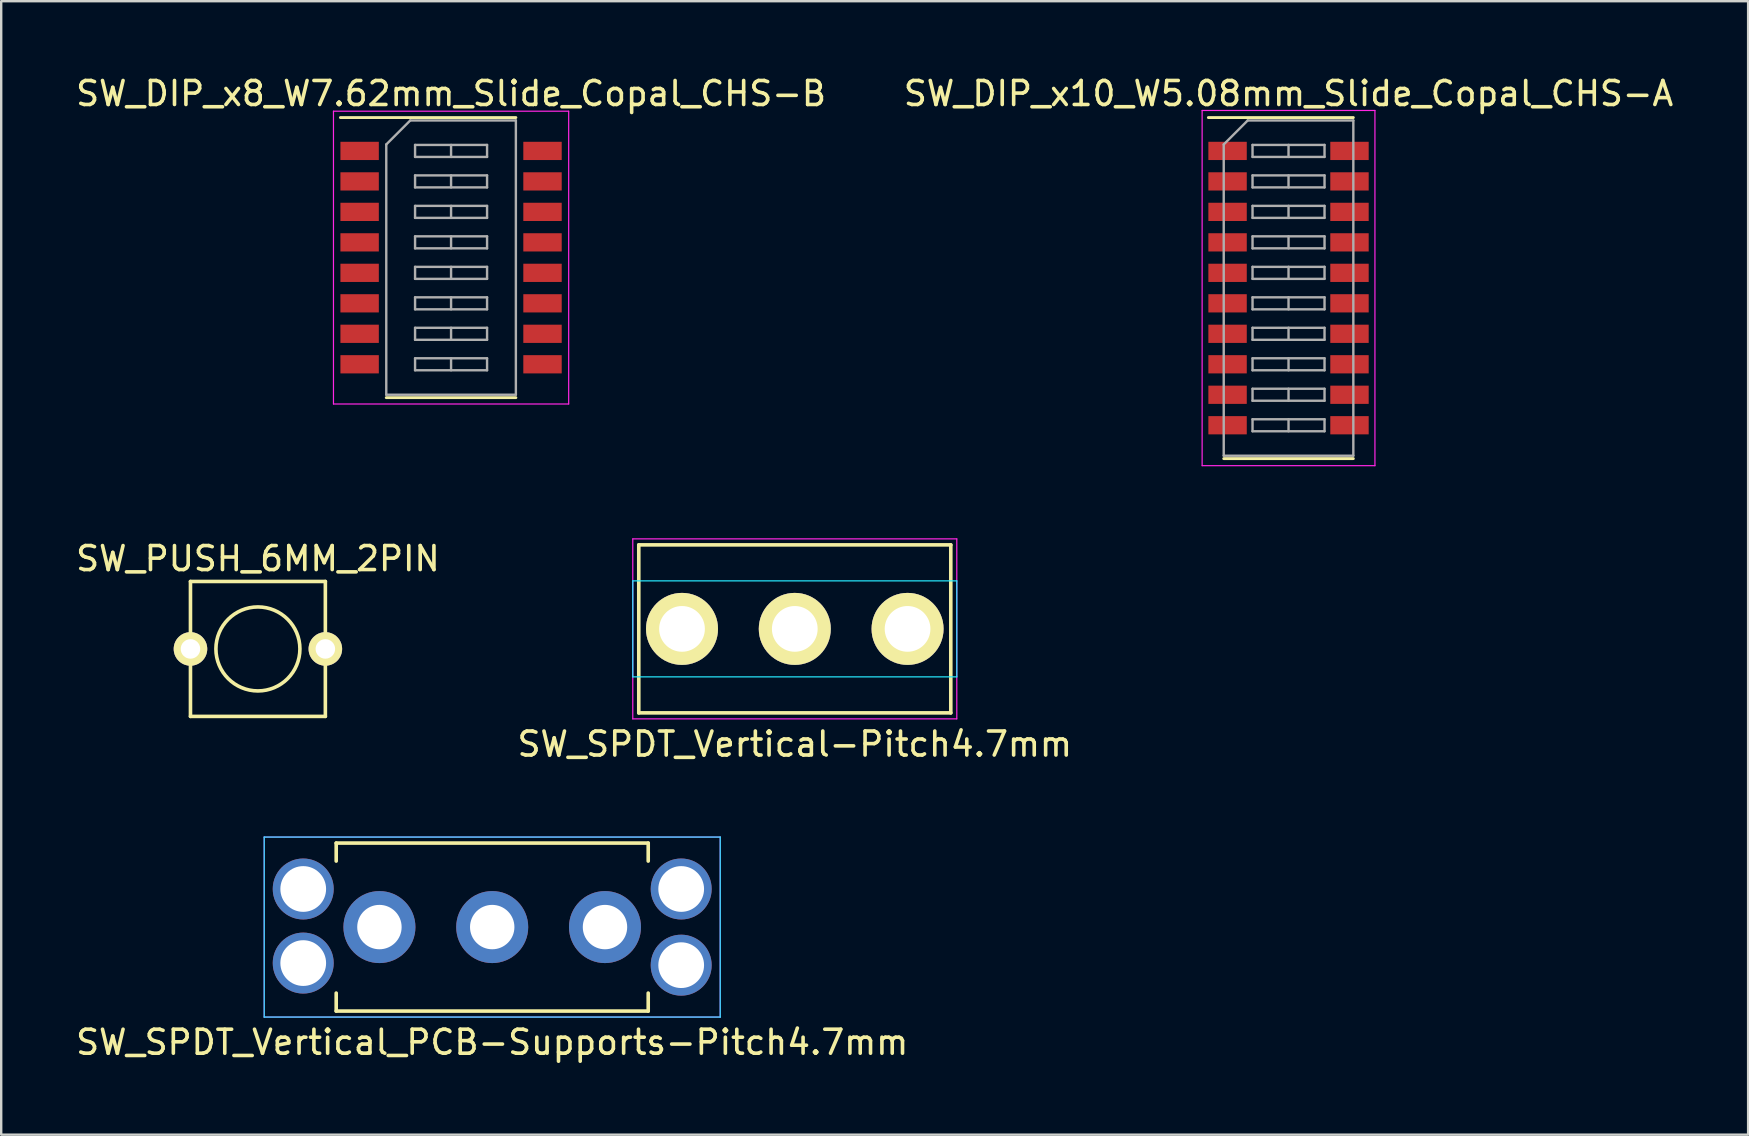
<source format=kicad_pcb>
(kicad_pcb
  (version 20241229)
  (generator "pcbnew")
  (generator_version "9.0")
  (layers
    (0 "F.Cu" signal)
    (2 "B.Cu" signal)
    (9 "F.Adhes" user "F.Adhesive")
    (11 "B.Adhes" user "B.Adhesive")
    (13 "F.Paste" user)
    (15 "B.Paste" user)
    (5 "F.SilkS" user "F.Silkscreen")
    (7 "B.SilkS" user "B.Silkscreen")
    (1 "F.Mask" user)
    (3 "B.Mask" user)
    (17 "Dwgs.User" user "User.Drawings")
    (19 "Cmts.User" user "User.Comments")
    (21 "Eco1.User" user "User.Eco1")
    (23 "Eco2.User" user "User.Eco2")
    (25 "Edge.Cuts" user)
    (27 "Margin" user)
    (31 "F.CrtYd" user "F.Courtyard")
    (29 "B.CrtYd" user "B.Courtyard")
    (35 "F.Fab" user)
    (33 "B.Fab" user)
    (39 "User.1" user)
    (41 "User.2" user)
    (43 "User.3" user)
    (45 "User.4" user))
  (footprint "SW_DIP_x10_W5.08mm_Slide_Copal_CHS-A"
    (layer "F.Cu")
    (at 50.637 8.953)
    (property "Reference" "SW_DIP_x10_W5.08mm_Slide_Copal_CHS-A" (at 0 -8.105 0) (layer "F.SilkS") (effects (font (size 1 1) (thickness 0.15))))
    (attr smd)
    (fp_line (start -3.34 -7.105) (end 2.7 -7.105) (stroke (width 0.12) (type solid)) (layer "F.SilkS"))
    (fp_line (start -2.7 7.105) (end 2.7 7.105) (stroke (width 0.12) (type solid)) (layer "F.SilkS"))
    (fp_line (start -3.6 -7.4) (end -3.6 7.4) (stroke (width 0.05) (type solid)) (layer "F.CrtYd"))
    (fp_line (start -3.6 7.4) (end 3.6 7.4) (stroke (width 0.05) (type solid)) (layer "F.CrtYd"))
    (fp_line (start 3.6 -7.4) (end -3.6 -7.4) (stroke (width 0.05) (type solid)) (layer "F.CrtYd"))
    (fp_line (start 3.6 7.4) (end 3.6 -7.4) (stroke (width 0.05) (type solid)) (layer "F.CrtYd"))
    (fp_line (start -2.7 -5.985) (end -1.7 -6.985) (stroke (width 0.1) (type solid)) (layer "F.Fab"))
    (fp_line (start -2.7 6.985) (end -2.7 -5.985) (stroke (width 0.1) (type solid)) (layer "F.Fab"))
    (fp_line (start -1.7 -6.985) (end 2.7 -6.985) (stroke (width 0.1) (type solid)) (layer "F.Fab"))
    (fp_line (start -1.5 -5.965) (end -1.5 -5.465) (stroke (width 0.1) (type solid)) (layer "F.Fab"))
    (fp_line (start -1.5 -5.465) (end 1.5 -5.465) (stroke (width 0.1) (type solid)) (layer "F.Fab"))
    (fp_line (start -1.5 -4.695) (end -1.5 -4.195) (stroke (width 0.1) (type solid)) (layer "F.Fab"))
    (fp_line (start -1.5 -4.195) (end 1.5 -4.195) (stroke (width 0.1) (type solid)) (layer "F.Fab"))
    (fp_line (start -1.5 -3.425) (end -1.5 -2.925) (stroke (width 0.1) (type solid)) (layer "F.Fab"))
    (fp_line (start -1.5 -2.925) (end 1.5 -2.925) (stroke (width 0.1) (type solid)) (layer "F.Fab"))
    (fp_line (start -1.5 -2.155) (end -1.5 -1.655) (stroke (width 0.1) (type solid)) (layer "F.Fab"))
    (fp_line (start -1.5 -1.655) (end 1.5 -1.655) (stroke (width 0.1) (type solid)) (layer "F.Fab"))
    (fp_line (start -1.5 -0.885) (end -1.5 -0.385) (stroke (width 0.1) (type solid)) (layer "F.Fab"))
    (fp_line (start -1.5 -0.385) (end 1.5 -0.385) (stroke (width 0.1) (type solid)) (layer "F.Fab"))
    (fp_line (start -1.5 0.385) (end -1.5 0.885) (stroke (width 0.1) (type solid)) (layer "F.Fab"))
    (fp_line (start -1.5 0.885) (end 1.5 0.885) (stroke (width 0.1) (type solid)) (layer "F.Fab"))
    (fp_line (start -1.5 1.655) (end -1.5 2.155) (stroke (width 0.1) (type solid)) (layer "F.Fab"))
    (fp_line (start -1.5 2.155) (end 1.5 2.155) (stroke (width 0.1) (type solid)) (layer "F.Fab"))
    (fp_line (start -1.5 2.925) (end -1.5 3.425) (stroke (width 0.1) (type solid)) (layer "F.Fab"))
    (fp_line (start -1.5 3.425) (end 1.5 3.425) (stroke (width 0.1) (type solid)) (layer "F.Fab"))
    (fp_line (start -1.5 4.195) (end -1.5 4.695) (stroke (width 0.1) (type solid)) (layer "F.Fab"))
    (fp_line (start -1.5 4.695) (end 1.5 4.695) (stroke (width 0.1) (type solid)) (layer "F.Fab"))
    (fp_line (start -1.5 5.465) (end -1.5 5.965) (stroke (width 0.1) (type solid)) (layer "F.Fab"))
    (fp_line (start -1.5 5.965) (end 1.5 5.965) (stroke (width 0.1) (type solid)) (layer "F.Fab"))
    (fp_line (start 0 -5.965) (end 0 -5.465) (stroke (width 0.1) (type solid)) (layer "F.Fab"))
    (fp_line (start 0 -4.695) (end 0 -4.195) (stroke (width 0.1) (type solid)) (layer "F.Fab"))
    (fp_line (start 0 -3.425) (end 0 -2.925) (stroke (width 0.1) (type solid)) (layer "F.Fab"))
    (fp_line (start 0 -2.155) (end 0 -1.655) (stroke (width 0.1) (type solid)) (layer "F.Fab"))
    (fp_line (start 0 -0.885) (end 0 -0.385) (stroke (width 0.1) (type solid)) (layer "F.Fab"))
    (fp_line (start 0 0.385) (end 0 0.885) (stroke (width 0.1) (type solid)) (layer "F.Fab"))
    (fp_line (start 0 1.655) (end 0 2.155) (stroke (width 0.1) (type solid)) (layer "F.Fab"))
    (fp_line (start 0 2.925) (end 0 3.425) (stroke (width 0.1) (type solid)) (layer "F.Fab"))
    (fp_line (start 0 4.195) (end 0 4.695) (stroke (width 0.1) (type solid)) (layer "F.Fab"))
    (fp_line (start 0 5.465) (end 0 5.965) (stroke (width 0.1) (type solid)) (layer "F.Fab"))
    (fp_line (start 1.5 -5.965) (end -1.5 -5.965) (stroke (width 0.1) (type solid)) (layer "F.Fab"))
    (fp_line (start 1.5 -5.465) (end 1.5 -5.965) (stroke (width 0.1) (type solid)) (layer "F.Fab"))
    (fp_line (start 1.5 -4.695) (end -1.5 -4.695) (stroke (width 0.1) (type solid)) (layer "F.Fab"))
    (fp_line (start 1.5 -4.195) (end 1.5 -4.695) (stroke (width 0.1) (type solid)) (layer "F.Fab"))
    (fp_line (start 1.5 -3.425) (end -1.5 -3.425) (stroke (width 0.1) (type solid)) (layer "F.Fab"))
    (fp_line (start 1.5 -2.925) (end 1.5 -3.425) (stroke (width 0.1) (type solid)) (layer "F.Fab"))
    (fp_line (start 1.5 -2.155) (end -1.5 -2.155) (stroke (width 0.1) (type solid)) (layer "F.Fab"))
    (fp_line (start 1.5 -1.655) (end 1.5 -2.155) (stroke (width 0.1) (type solid)) (layer "F.Fab"))
    (fp_line (start 1.5 -0.885) (end -1.5 -0.885) (stroke (width 0.1) (type solid)) (layer "F.Fab"))
    (fp_line (start 1.5 -0.385) (end 1.5 -0.885) (stroke (width 0.1) (type solid)) (layer "F.Fab"))
    (fp_line (start 1.5 0.385) (end -1.5 0.385) (stroke (width 0.1) (type solid)) (layer "F.Fab"))
    (fp_line (start 1.5 0.885) (end 1.5 0.385) (stroke (width 0.1) (type solid)) (layer "F.Fab"))
    (fp_line (start 1.5 1.655) (end -1.5 1.655) (stroke (width 0.1) (type solid)) (layer "F.Fab"))
    (fp_line (start 1.5 2.155) (end 1.5 1.655) (stroke (width 0.1) (type solid)) (layer "F.Fab"))
    (fp_line (start 1.5 2.925) (end -1.5 2.925) (stroke (width 0.1) (type solid)) (layer "F.Fab"))
    (fp_line (start 1.5 3.425) (end 1.5 2.925) (stroke (width 0.1) (type solid)) (layer "F.Fab"))
    (fp_line (start 1.5 4.195) (end -1.5 4.195) (stroke (width 0.1) (type solid)) (layer "F.Fab"))
    (fp_line (start 1.5 4.695) (end 1.5 4.195) (stroke (width 0.1) (type solid)) (layer "F.Fab"))
    (fp_line (start 1.5 5.465) (end -1.5 5.465) (stroke (width 0.1) (type solid)) (layer "F.Fab"))
    (fp_line (start 1.5 5.965) (end 1.5 5.465) (stroke (width 0.1) (type solid)) (layer "F.Fab"))
    (fp_line (start 2.7 -6.985) (end 2.7 6.985) (stroke (width 0.1) (type solid)) (layer "F.Fab"))
    (fp_line (start 2.7 6.985) (end -2.7 6.985) (stroke (width 0.1) (type solid)) (layer "F.Fab"))
    (pad "1" smd rect (at -2.54 -5.715) (size 1.6 0.76) (layers "F.Cu" "F.Mask"))
    (pad "2" smd rect (at -2.54 -4.445) (size 1.6 0.76) (layers "F.Cu" "F.Mask"))
    (pad "3" smd rect (at -2.54 -3.175) (size 1.6 0.76) (layers "F.Cu" "F.Mask"))
    (pad "4" smd rect (at -2.54 -1.905) (size 1.6 0.76) (layers "F.Cu" "F.Mask"))
    (pad "5" smd rect (at -2.54 -0.635) (size 1.6 0.76) (layers "F.Cu" "F.Mask"))
    (pad "6" smd rect (at -2.54 0.635) (size 1.6 0.76) (layers "F.Cu" "F.Mask"))
    (pad "7" smd rect (at -2.54 1.905) (size 1.6 0.76) (layers "F.Cu" "F.Mask"))
    (pad "8" smd rect (at -2.54 3.175) (size 1.6 0.76) (layers "F.Cu" "F.Mask"))
    (pad "9" smd rect (at -2.54 4.445) (size 1.6 0.76) (layers "F.Cu" "F.Mask"))
    (pad "10" smd rect (at -2.54 5.715) (size 1.6 0.76) (layers "F.Cu" "F.Mask"))
    (pad "11" smd rect (at 2.54 5.715) (size 1.6 0.76) (layers "F.Cu" "F.Mask"))
    (pad "12" smd rect (at 2.54 4.445) (size 1.6 0.76) (layers "F.Cu" "F.Mask"))
    (pad "13" smd rect (at 2.54 3.175) (size 1.6 0.76) (layers "F.Cu" "F.Mask"))
    (pad "14" smd rect (at 2.54 1.905) (size 1.6 0.76) (layers "F.Cu" "F.Mask"))
    (pad "15" smd rect (at 2.54 0.635) (size 1.6 0.76) (layers "F.Cu" "F.Mask"))
    (pad "16" smd rect (at 2.54 -0.635) (size 1.6 0.76) (layers "F.Cu" "F.Mask"))
    (pad "17" smd rect (at 2.54 -1.905) (size 1.6 0.76) (layers "F.Cu" "F.Mask"))
    (pad "18" smd rect (at 2.54 -3.175) (size 1.6 0.76) (layers "F.Cu" "F.Mask"))
    (pad "19" smd rect (at 2.54 -4.445) (size 1.6 0.76) (layers "F.Cu" "F.Mask"))
    (pad "20" smd rect (at 2.54 -5.715) (size 1.6 0.76) (layers "F.Cu" "F.Mask")))
  (footprint "SW_DIP_x8_W7.62mm_Slide_Copal_CHS-B"
    (layer "F.Cu")
    (at 15.744 7.683)
    (property "Reference" "SW_DIP_x8_W7.62mm_Slide_Copal_CHS-B" (at 0 -6.835 0) (layer "F.SilkS") (effects (font (size 1 1) (thickness 0.15))))
    (attr smd)
    (fp_line (start -4.61 -5.835) (end 2.7 -5.835) (stroke (width 0.12) (type solid)) (layer "F.SilkS"))
    (fp_line (start -2.7 5.835) (end 2.7 5.835) (stroke (width 0.12) (type solid)) (layer "F.SilkS"))
    (fp_line (start -4.9 -6.1) (end -4.9 6.1) (stroke (width 0.05) (type solid)) (layer "F.CrtYd"))
    (fp_line (start -4.9 6.1) (end 4.9 6.1) (stroke (width 0.05) (type solid)) (layer "F.CrtYd"))
    (fp_line (start 4.9 -6.1) (end -4.9 -6.1) (stroke (width 0.05) (type solid)) (layer "F.CrtYd"))
    (fp_line (start 4.9 6.1) (end 4.9 -6.1) (stroke (width 0.05) (type solid)) (layer "F.CrtYd"))
    (fp_line (start -2.7 -4.715) (end -1.7 -5.715) (stroke (width 0.1) (type solid)) (layer "F.Fab"))
    (fp_line (start -2.7 5.715) (end -2.7 -4.715) (stroke (width 0.1) (type solid)) (layer "F.Fab"))
    (fp_line (start -1.7 -5.715) (end 2.7 -5.715) (stroke (width 0.1) (type solid)) (layer "F.Fab"))
    (fp_line (start -1.5 -4.695) (end -1.5 -4.195) (stroke (width 0.1) (type solid)) (layer "F.Fab"))
    (fp_line (start -1.5 -4.195) (end 1.5 -4.195) (stroke (width 0.1) (type solid)) (layer "F.Fab"))
    (fp_line (start -1.5 -3.425) (end -1.5 -2.925) (stroke (width 0.1) (type solid)) (layer "F.Fab"))
    (fp_line (start -1.5 -2.925) (end 1.5 -2.925) (stroke (width 0.1) (type solid)) (layer "F.Fab"))
    (fp_line (start -1.5 -2.155) (end -1.5 -1.655) (stroke (width 0.1) (type solid)) (layer "F.Fab"))
    (fp_line (start -1.5 -1.655) (end 1.5 -1.655) (stroke (width 0.1) (type solid)) (layer "F.Fab"))
    (fp_line (start -1.5 -0.885) (end -1.5 -0.385) (stroke (width 0.1) (type solid)) (layer "F.Fab"))
    (fp_line (start -1.5 -0.385) (end 1.5 -0.385) (stroke (width 0.1) (type solid)) (layer "F.Fab"))
    (fp_line (start -1.5 0.385) (end -1.5 0.885) (stroke (width 0.1) (type solid)) (layer "F.Fab"))
    (fp_line (start -1.5 0.885) (end 1.5 0.885) (stroke (width 0.1) (type solid)) (layer "F.Fab"))
    (fp_line (start -1.5 1.655) (end -1.5 2.155) (stroke (width 0.1) (type solid)) (layer "F.Fab"))
    (fp_line (start -1.5 2.155) (end 1.5 2.155) (stroke (width 0.1) (type solid)) (layer "F.Fab"))
    (fp_line (start -1.5 2.925) (end -1.5 3.425) (stroke (width 0.1) (type solid)) (layer "F.Fab"))
    (fp_line (start -1.5 3.425) (end 1.5 3.425) (stroke (width 0.1) (type solid)) (layer "F.Fab"))
    (fp_line (start -1.5 4.195) (end -1.5 4.695) (stroke (width 0.1) (type solid)) (layer "F.Fab"))
    (fp_line (start -1.5 4.695) (end 1.5 4.695) (stroke (width 0.1) (type solid)) (layer "F.Fab"))
    (fp_line (start 0 -4.695) (end 0 -4.195) (stroke (width 0.1) (type solid)) (layer "F.Fab"))
    (fp_line (start 0 -3.425) (end 0 -2.925) (stroke (width 0.1) (type solid)) (layer "F.Fab"))
    (fp_line (start 0 -2.155) (end 0 -1.655) (stroke (width 0.1) (type solid)) (layer "F.Fab"))
    (fp_line (start 0 -0.885) (end 0 -0.385) (stroke (width 0.1) (type solid)) (layer "F.Fab"))
    (fp_line (start 0 0.385) (end 0 0.885) (stroke (width 0.1) (type solid)) (layer "F.Fab"))
    (fp_line (start 0 1.655) (end 0 2.155) (stroke (width 0.1) (type solid)) (layer "F.Fab"))
    (fp_line (start 0 2.925) (end 0 3.425) (stroke (width 0.1) (type solid)) (layer "F.Fab"))
    (fp_line (start 0 4.195) (end 0 4.695) (stroke (width 0.1) (type solid)) (layer "F.Fab"))
    (fp_line (start 1.5 -4.695) (end -1.5 -4.695) (stroke (width 0.1) (type solid)) (layer "F.Fab"))
    (fp_line (start 1.5 -4.195) (end 1.5 -4.695) (stroke (width 0.1) (type solid)) (layer "F.Fab"))
    (fp_line (start 1.5 -3.425) (end -1.5 -3.425) (stroke (width 0.1) (type solid)) (layer "F.Fab"))
    (fp_line (start 1.5 -2.925) (end 1.5 -3.425) (stroke (width 0.1) (type solid)) (layer "F.Fab"))
    (fp_line (start 1.5 -2.155) (end -1.5 -2.155) (stroke (width 0.1) (type solid)) (layer "F.Fab"))
    (fp_line (start 1.5 -1.655) (end 1.5 -2.155) (stroke (width 0.1) (type solid)) (layer "F.Fab"))
    (fp_line (start 1.5 -0.885) (end -1.5 -0.885) (stroke (width 0.1) (type solid)) (layer "F.Fab"))
    (fp_line (start 1.5 -0.385) (end 1.5 -0.885) (stroke (width 0.1) (type solid)) (layer "F.Fab"))
    (fp_line (start 1.5 0.385) (end -1.5 0.385) (stroke (width 0.1) (type solid)) (layer "F.Fab"))
    (fp_line (start 1.5 0.885) (end 1.5 0.385) (stroke (width 0.1) (type solid)) (layer "F.Fab"))
    (fp_line (start 1.5 1.655) (end -1.5 1.655) (stroke (width 0.1) (type solid)) (layer "F.Fab"))
    (fp_line (start 1.5 2.155) (end 1.5 1.655) (stroke (width 0.1) (type solid)) (layer "F.Fab"))
    (fp_line (start 1.5 2.925) (end -1.5 2.925) (stroke (width 0.1) (type solid)) (layer "F.Fab"))
    (fp_line (start 1.5 3.425) (end 1.5 2.925) (stroke (width 0.1) (type solid)) (layer "F.Fab"))
    (fp_line (start 1.5 4.195) (end -1.5 4.195) (stroke (width 0.1) (type solid)) (layer "F.Fab"))
    (fp_line (start 1.5 4.695) (end 1.5 4.195) (stroke (width 0.1) (type solid)) (layer "F.Fab"))
    (fp_line (start 2.7 -5.715) (end 2.7 5.715) (stroke (width 0.1) (type solid)) (layer "F.Fab"))
    (fp_line (start 2.7 5.715) (end -2.7 5.715) (stroke (width 0.1) (type solid)) (layer "F.Fab"))
    (pad "1" smd rect (at -3.81 -4.445) (size 1.6 0.76) (layers "F.Cu" "F.Mask"))
    (pad "2" smd rect (at -3.81 -3.175) (size 1.6 0.76) (layers "F.Cu" "F.Mask"))
    (pad "3" smd rect (at -3.81 -1.905) (size 1.6 0.76) (layers "F.Cu" "F.Mask"))
    (pad "4" smd rect (at -3.81 -0.635) (size 1.6 0.76) (layers "F.Cu" "F.Mask"))
    (pad "5" smd rect (at -3.81 0.635) (size 1.6 0.76) (layers "F.Cu" "F.Mask"))
    (pad "6" smd rect (at -3.81 1.905) (size 1.6 0.76) (layers "F.Cu" "F.Mask"))
    (pad "7" smd rect (at -3.81 3.175) (size 1.6 0.76) (layers "F.Cu" "F.Mask"))
    (pad "8" smd rect (at -3.81 4.445) (size 1.6 0.76) (layers "F.Cu" "F.Mask"))
    (pad "9" smd rect (at 3.81 4.445) (size 1.6 0.76) (layers "F.Cu" "F.Mask"))
    (pad "10" smd rect (at 3.81 3.175) (size 1.6 0.76) (layers "F.Cu" "F.Mask"))
    (pad "11" smd rect (at 3.81 1.905) (size 1.6 0.76) (layers "F.Cu" "F.Mask"))
    (pad "12" smd rect (at 3.81 0.635) (size 1.6 0.76) (layers "F.Cu" "F.Mask"))
    (pad "13" smd rect (at 3.81 -0.635) (size 1.6 0.76) (layers "F.Cu" "F.Mask"))
    (pad "14" smd rect (at 3.81 -1.905) (size 1.6 0.76) (layers "F.Cu" "F.Mask"))
    (pad "15" smd rect (at 3.81 -3.175) (size 1.6 0.76) (layers "F.Cu" "F.Mask"))
    (pad "16" smd rect (at 3.81 -4.445) (size 1.6 0.76) (layers "F.Cu" "F.Mask")))
  (footprint "SW_SPDT_Vertical_PCB-Supports-Pitch4.7mm"
    (layer "F.Cu")
    (at 17.458 35.577)
    (property "Reference" "SW_SPDT_Vertical_PCB-Supports-Pitch4.7mm" (at 0 4.8 0) (layer "F.SilkS") (effects (font (size 1 1) (thickness 0.15))))
    (attr through_hole)
    (fp_line (start -6.5 -3.5) (end -6.5 -2.75) (stroke (width 0.15) (type solid)) (layer "F.SilkS"))
    (fp_line (start -6.5 -3.5) (end 6.5 -3.5) (stroke (width 0.15) (type solid)) (layer "F.SilkS"))
    (fp_line (start -6.5 3.5) (end -6.5 2.75) (stroke (width 0.15) (type solid)) (layer "F.SilkS"))
    (fp_line (start 6.5 -3.5) (end 6.5 -2.75) (stroke (width 0.15) (type solid)) (layer "F.SilkS"))
    (fp_line (start 6.5 3.5) (end -6.5 3.5) (stroke (width 0.15) (type solid)) (layer "F.SilkS"))
    (fp_line (start 6.5 3.5) (end 6.5 2.75) (stroke (width 0.15) (type solid)) (layer "F.SilkS"))
    (fp_line (start -9.5 -3.75) (end -9.5 3.75) (stroke (width 0.05) (type solid)) (layer "B.CrtYd"))
    (fp_line (start -9.5 3.75) (end 9.5 3.75) (stroke (width 0.05) (type solid)) (layer "B.CrtYd"))
    (fp_line (start 9.5 -3.75) (end -9.5 -3.75) (stroke (width 0.05) (type solid)) (layer "B.CrtYd"))
    (fp_line (start 9.5 3.75) (end 9.5 -3.75) (stroke (width 0.05) (type solid)) (layer "B.CrtYd"))
    (fp_line (start -9.5 -3.75) (end -9.5 3.75) (stroke (width 0.05) (type solid)) (layer "F.CrtYd"))
    (fp_line (start -9.5 3.75) (end 9.5 3.75) (stroke (width 0.05) (type solid)) (layer "F.CrtYd"))
    (fp_line (start 9.5 -3.75) (end -9.5 -3.75) (stroke (width 0.05) (type solid)) (layer "F.CrtYd"))
    (fp_line (start 9.5 3.75) (end 9.5 -3.75) (stroke (width 0.05) (type solid)) (layer "F.CrtYd"))
    (pad "" thru_hole circle (at -7.874 -1.587) (size 2.54 2.54) (drill 1.905) (layers "*.Cu" "*.Mask"))
    (pad "" thru_hole circle (at -7.874 1.5) (size 2.54 2.54) (drill 1.905) (layers "*.Cu" "*.Mask"))
    (pad "" thru_hole circle (at 7.874 -1.587) (size 2.54 2.54) (drill 1.905) (layers "*.Cu" "*.Mask"))
    (pad "" thru_hole circle (at 7.874 1.587) (size 2.54 2.54) (drill 1.905) (layers "*.Cu" "*.Mask"))
    (pad "1" thru_hole circle (at -4.699 0) (size 3 3) (drill 1.85) (layers "*.Cu" "*.Mask"))
    (pad "2" thru_hole circle (at 0 0) (size 3 3) (drill 1.85) (layers "*.Cu" "*.Mask"))
    (pad "3" thru_hole circle (at 4.699 0) (size 3 3) (drill 1.85) (layers "*.Cu" "*.Mask")))
  (footprint "SW_SPDT_Vertical-Pitch4.7mm"
    (layer "F.Cu")
    (at 30.065 23.153)
    (property "Reference" "SW_SPDT_Vertical-Pitch4.7mm" (at 0 4.8 0) (layer "F.SilkS") (effects (font (size 1 1) (thickness 0.15))))
    (attr through_hole)
    (fp_line (start -6.5 -3.5) (end 6.5 -3.5) (stroke (width 0.15) (type solid)) (layer "F.SilkS"))
    (fp_line (start -6.5 3.5) (end -6.5 -3.5) (stroke (width 0.15) (type solid)) (layer "F.SilkS"))
    (fp_line (start 6.5 -3.5) (end 6.5 3.5) (stroke (width 0.15) (type solid)) (layer "F.SilkS"))
    (fp_line (start 6.5 3.5) (end -6.5 3.5) (stroke (width 0.15) (type solid)) (layer "F.SilkS"))
    (fp_line (start -6.75 -2) (end -6.75 2) (stroke (width 0.05) (type solid)) (layer "B.CrtYd"))
    (fp_line (start -6.75 2) (end 6.75 2) (stroke (width 0.05) (type solid)) (layer "B.CrtYd"))
    (fp_line (start 6.75 -2) (end -6.75 -2) (stroke (width 0.05) (type solid)) (layer "B.CrtYd"))
    (fp_line (start 6.75 2) (end 6.75 -2) (stroke (width 0.05) (type solid)) (layer "B.CrtYd"))
    (fp_line (start -6.75 -3.75) (end -6.75 3.75) (stroke (width 0.05) (type solid)) (layer "F.CrtYd"))
    (fp_line (start -6.75 3.75) (end 6.75 3.75) (stroke (width 0.05) (type solid)) (layer "F.CrtYd"))
    (fp_line (start 6.75 -3.75) (end -6.75 -3.75) (stroke (width 0.05) (type solid)) (layer "F.CrtYd"))
    (fp_line (start 6.75 3.75) (end 6.75 -3.75) (stroke (width 0.05) (type solid)) (layer "F.CrtYd"))
    (pad "1" thru_hole circle (at -4.699 0) (size 3 3) (drill 1.905) (layers "*.Cu" "*.Mask" "F.SilkS"))
    (pad "2" thru_hole circle (at 0 0) (size 3 3) (drill 1.905) (layers "*.Cu" "*.Mask" "F.SilkS"))
    (pad "3" thru_hole circle (at 4.699 0) (size 3 3) (drill 1.905) (layers "*.Cu" "*.Mask" "F.SilkS")))
  (footprint "SW_PUSH_6MM_2PIN"
    (layer "F.Cu")
    (at 7.696 23.988)
    (property "Reference" "SW_PUSH_6MM_2PIN" (at 0 -3.762 0) (layer "F.SilkS") (effects (font (size 1 1) (thickness 0.15))))
    (attr through_hole)
    (fp_line (start -2.81 -2.81) (end -2.81 2.81) (stroke (width 0.15) (type solid)) (layer "F.SilkS"))
    (fp_line (start -2.81 -2.81) (end 2.81 -2.81) (stroke (width 0.15) (type solid)) (layer "F.SilkS"))
    (fp_line (start 2.81 -2.81) (end 2.81 2.81) (stroke (width 0.15) (type solid)) (layer "F.SilkS"))
    (fp_line (start 2.81 2.81) (end -2.81 2.81) (stroke (width 0.15) (type solid)) (layer "F.SilkS"))
    (fp_circle (center 0 0) (end 1.75 0) (stroke (width 0.15) (type solid)) (fill no) (layer "F.SilkS"))
    (pad "1" thru_hole circle (at -2.81 0) (size 1.397 1.397) (drill 0.813) (layers "*.Cu" "*.Mask" "F.SilkS"))
    (pad "2" thru_hole circle (at 2.81 0) (size 1.397 1.397) (drill 0.813) (layers "*.Cu" "*.Mask" "F.SilkS")))
  (gr_rect
    (start -3 -3)
    (end 69.786 44.225)
    (stroke (width 0.1) (type default))
    (fill no)
    (layer "Edge.Cuts")))
</source>
